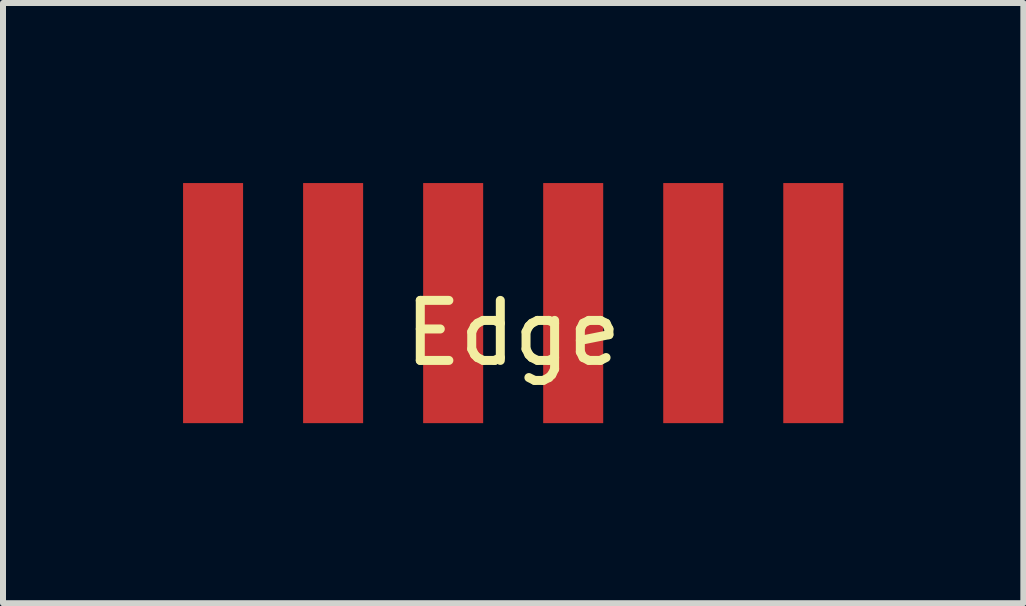
<source format=kicad_pcb>
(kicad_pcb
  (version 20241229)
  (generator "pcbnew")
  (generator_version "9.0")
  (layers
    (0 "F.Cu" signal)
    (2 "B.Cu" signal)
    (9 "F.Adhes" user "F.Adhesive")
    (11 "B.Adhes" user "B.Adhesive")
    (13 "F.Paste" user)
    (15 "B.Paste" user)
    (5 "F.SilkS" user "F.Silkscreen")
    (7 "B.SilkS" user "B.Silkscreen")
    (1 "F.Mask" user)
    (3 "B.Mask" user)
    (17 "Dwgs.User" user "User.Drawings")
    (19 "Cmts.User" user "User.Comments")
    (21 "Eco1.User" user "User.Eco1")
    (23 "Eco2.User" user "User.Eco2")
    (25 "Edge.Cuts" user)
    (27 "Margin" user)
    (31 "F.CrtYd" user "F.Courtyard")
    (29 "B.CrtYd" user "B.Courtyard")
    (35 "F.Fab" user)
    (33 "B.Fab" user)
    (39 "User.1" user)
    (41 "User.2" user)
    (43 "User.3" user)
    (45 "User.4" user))
  (footprint "Edge"
    (layer "F.Cu")
    (at 4.5 2)
    (property "Reference" "Edge" (at 1 0.5 0) (layer "F.SilkS") (effects (font (size 1 1) (thickness 0.15))))
    (attr through_hole)
    (pad "1" connect rect (at 6 0) (size 1 4) (layers "F.Cu" "F.Mask"))
    (pad "2" connect rect (at 4 0) (size 1 4) (layers "F.Cu" "F.Mask"))
    (pad "3" connect rect (at 2 0) (size 1 4) (layers "F.Cu" "F.Mask"))
    (pad "4" connect rect (at 0 0) (size 1 4) (layers "F.Cu" "F.Mask"))
    (pad "5" connect rect (at -2 0) (size 1 4) (layers "F.Cu" "F.Mask"))
    (pad "6" connect rect (at -4 0) (size 1 4) (layers "F.Cu" "F.Mask")))
  (gr_rect
    (start -3 -3)
    (end 14 7)
    (stroke (width 0.1) (type default))
    (fill no)
    (layer "Edge.Cuts")))
</source>
